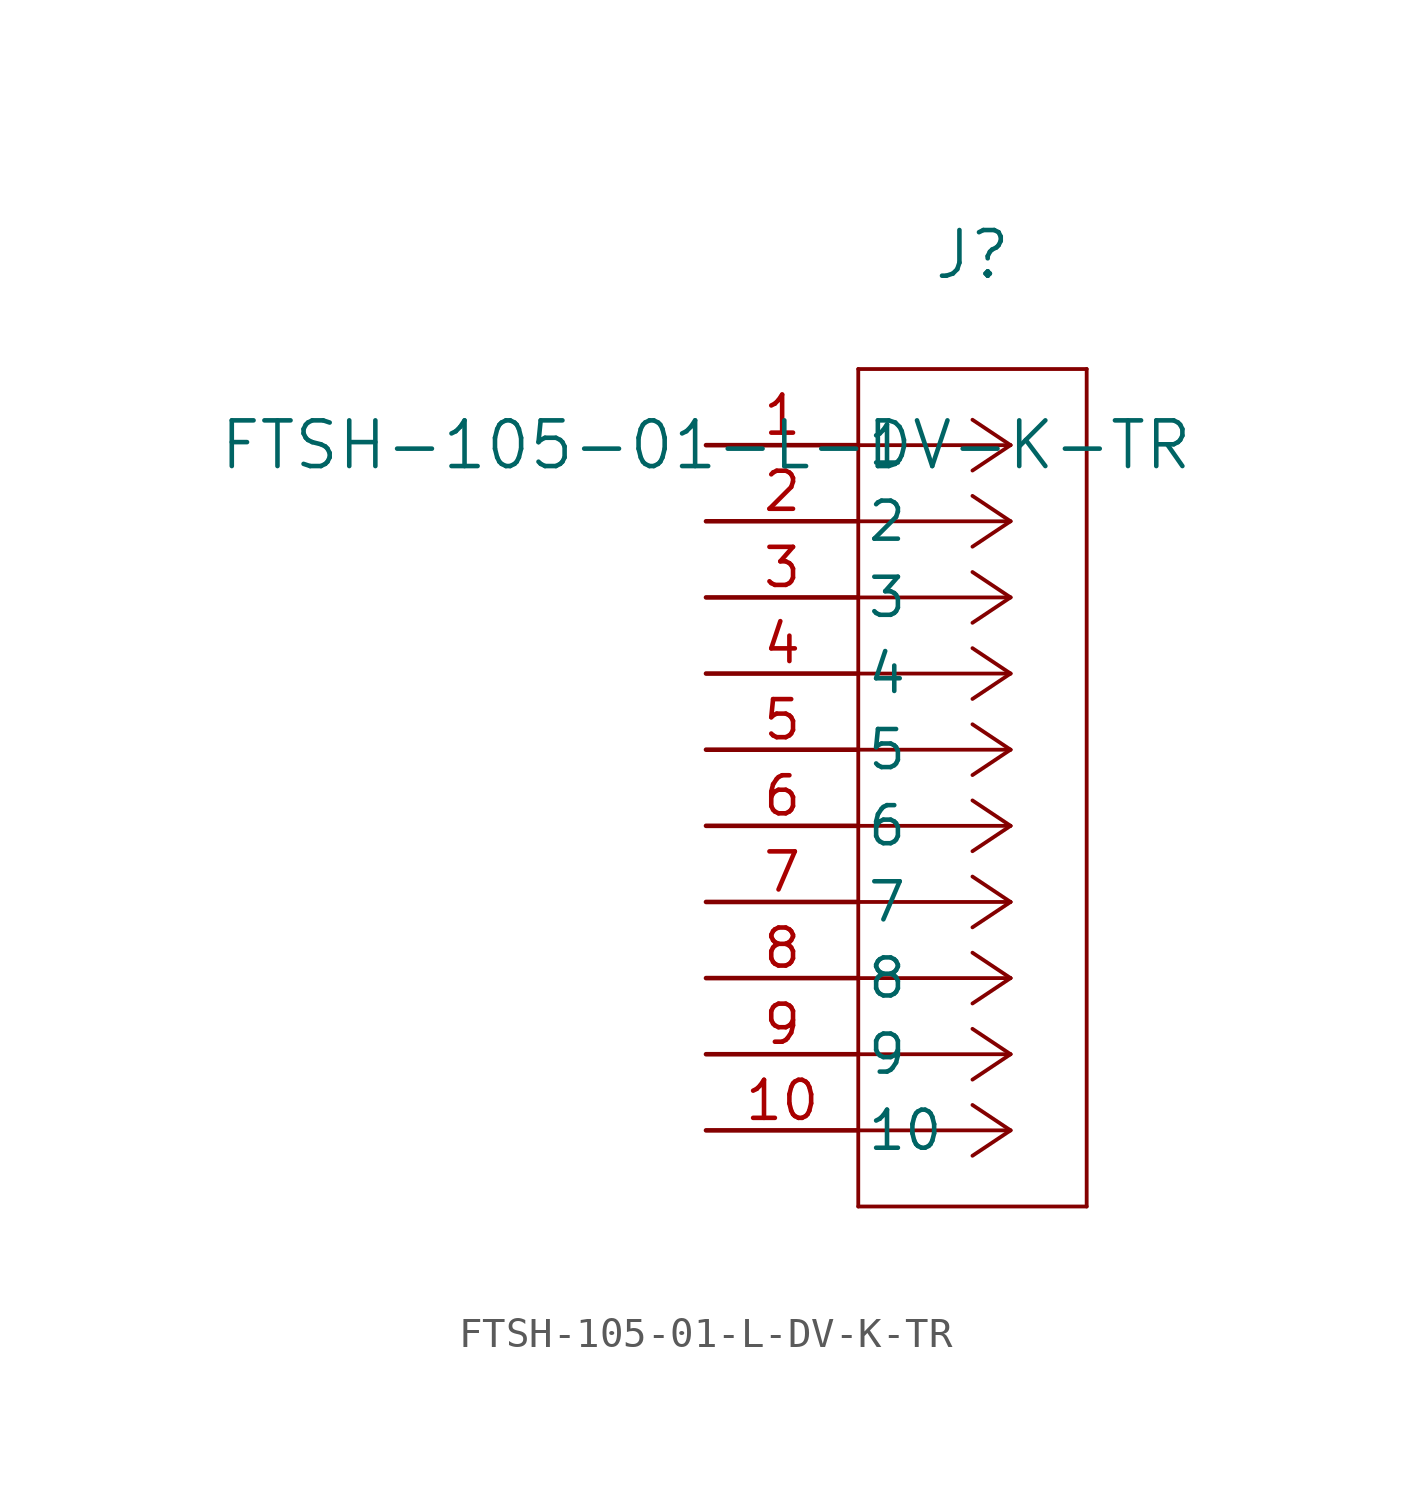
<source format=kicad_sym>
(kicad_symbol_lib
  (version 20211014)
  (generator kicad_symbol_editor)
  (symbol "FTSH-105-01-L-DV-K-TR"
    (pin_names
      (offset 0.254))
    (property "Reference" "J"
      (at 8.89 6.35 0)
      (effects (font (size 1.524 1.524))))
    (property "Value" "FTSH-105-01-L-DV-K-TR"
      (at 0 0 0)
      (effects (font (size 1.524 1.524))))
    (symbol "FTSH-105-01-L-DV-K-TR_0_1"
      (polyline (pts (xy 10.16 0) (xy 5.08 0)) (stroke (width 0.127) (type default) (color 0 0 0 0)) (fill (type none)))
      (polyline (pts (xy 10.16 -2.54) (xy 5.08 -2.54)) (stroke (width 0.127) (type default) (color 0 0 0 0)) (fill (type none)))
      (polyline (pts (xy 10.16 -5.08) (xy 5.08 -5.08)) (stroke (width 0.127) (type default) (color 0 0 0 0)) (fill (type none)))
      (polyline (pts (xy 10.16 -7.62) (xy 5.08 -7.62)) (stroke (width 0.127) (type default) (color 0 0 0 0)) (fill (type none)))
      (polyline (pts (xy 10.16 -10.16) (xy 5.08 -10.16)) (stroke (width 0.127) (type default) (color 0 0 0 0)) (fill (type none)))
      (polyline (pts (xy 10.16 -12.7) (xy 5.08 -12.7)) (stroke (width 0.127) (type default) (color 0 0 0 0)) (fill (type none)))
      (polyline (pts (xy 10.16 -15.24) (xy 5.08 -15.24)) (stroke (width 0.127) (type default) (color 0 0 0 0)) (fill (type none)))
      (polyline (pts (xy 10.16 -17.78) (xy 5.08 -17.78)) (stroke (width 0.127) (type default) (color 0 0 0 0)) (fill (type none)))
      (polyline (pts (xy 10.16 -20.32) (xy 5.08 -20.32)) (stroke (width 0.127) (type default) (color 0 0 0 0)) (fill (type none)))
      (polyline (pts (xy 10.16 -22.86) (xy 5.08 -22.86)) (stroke (width 0.127) (type default) (color 0 0 0 0)) (fill (type none)))
      (polyline (pts (xy 10.16 0) (xy 8.89 0.847)) (stroke (width 0.127) (type default) (color 0 0 0 0)) (fill (type none)))
      (polyline (pts (xy 10.16 -2.54) (xy 8.89 -1.693)) (stroke (width 0.127) (type default) (color 0 0 0 0)) (fill (type none)))
      (polyline (pts (xy 10.16 -5.08) (xy 8.89 -4.233)) (stroke (width 0.127) (type default) (color 0 0 0 0)) (fill (type none)))
      (polyline (pts (xy 10.16 -7.62) (xy 8.89 -6.773)) (stroke (width 0.127) (type default) (color 0 0 0 0)) (fill (type none)))
      (polyline (pts (xy 10.16 -10.16) (xy 8.89 -9.313)) (stroke (width 0.127) (type default) (color 0 0 0 0)) (fill (type none)))
      (polyline (pts (xy 10.16 -12.7) (xy 8.89 -11.853)) (stroke (width 0.127) (type default) (color 0 0 0 0)) (fill (type none)))
      (polyline (pts (xy 10.16 -15.24) (xy 8.89 -14.393)) (stroke (width 0.127) (type default) (color 0 0 0 0)) (fill (type none)))
      (polyline (pts (xy 10.16 -17.78) (xy 8.89 -16.933)) (stroke (width 0.127) (type default) (color 0 0 0 0)) (fill (type none)))
      (polyline (pts (xy 10.16 -20.32) (xy 8.89 -19.473)) (stroke (width 0.127) (type default) (color 0 0 0 0)) (fill (type none)))
      (polyline (pts (xy 10.16 -22.86) (xy 8.89 -22.013)) (stroke (width 0.127) (type default) (color 0 0 0 0)) (fill (type none)))
      (polyline (pts (xy 10.16 0) (xy 8.89 -0.847)) (stroke (width 0.127) (type default) (color 0 0 0 0)) (fill (type none)))
      (polyline (pts (xy 10.16 -2.54) (xy 8.89 -3.387)) (stroke (width 0.127) (type default) (color 0 0 0 0)) (fill (type none)))
      (polyline (pts (xy 10.16 -5.08) (xy 8.89 -5.927)) (stroke (width 0.127) (type default) (color 0 0 0 0)) (fill (type none)))
      (polyline (pts (xy 10.16 -7.62) (xy 8.89 -8.467)) (stroke (width 0.127) (type default) (color 0 0 0 0)) (fill (type none)))
      (polyline (pts (xy 10.16 -10.16) (xy 8.89 -11.007)) (stroke (width 0.127) (type default) (color 0 0 0 0)) (fill (type none)))
      (polyline (pts (xy 10.16 -12.7) (xy 8.89 -13.547)) (stroke (width 0.127) (type default) (color 0 0 0 0)) (fill (type none)))
      (polyline (pts (xy 10.16 -15.24) (xy 8.89 -16.087)) (stroke (width 0.127) (type default) (color 0 0 0 0)) (fill (type none)))
      (polyline (pts (xy 10.16 -17.78) (xy 8.89 -18.627)) (stroke (width 0.127) (type default) (color 0 0 0 0)) (fill (type none)))
      (polyline (pts (xy 10.16 -20.32) (xy 8.89 -21.167)) (stroke (width 0.127) (type default) (color 0 0 0 0)) (fill (type none)))
      (polyline (pts (xy 10.16 -22.86) (xy 8.89 -23.707)) (stroke (width 0.127) (type default) (color 0 0 0 0)) (fill (type none)))
      (polyline (pts (xy 5.08 2.54) (xy 5.08 -25.4)) (stroke (width 0.127) (type default) (color 0 0 0 0)) (fill (type none)))
      (polyline (pts (xy 5.08 -25.4) (xy 12.7 -25.4)) (stroke (width 0.127) (type default) (color 0 0 0 0)) (fill (type none)))
      (polyline (pts (xy 12.7 -25.4) (xy 12.7 2.54)) (stroke (width 0.127) (type default) (color 0 0 0 0)) (fill (type none)))
      (polyline (pts (xy 12.7 2.54) (xy 5.08 2.54)) (stroke (width 0.127) (type default) (color 0 0 0 0)) (fill (type none)))
      (pin unspecified line (at 0 0 0) (length 5.08) (name "1" (effects (font (size 1.27 1.27)))) (number "1" (effects (font (size 1.27 1.27)))))
      (pin unspecified line (at 0 -2.54 0) (length 5.08) (name "2" (effects (font (size 1.27 1.27)))) (number "2" (effects (font (size 1.27 1.27)))))
      (pin unspecified line (at 0 -5.08 0) (length 5.08) (name "3" (effects (font (size 1.27 1.27)))) (number "3" (effects (font (size 1.27 1.27)))))
      (pin unspecified line (at 0 -7.62 0) (length 5.08) (name "4" (effects (font (size 1.27 1.27)))) (number "4" (effects (font (size 1.27 1.27)))))
      (pin unspecified line (at 0 -10.16 0) (length 5.08) (name "5" (effects (font (size 1.27 1.27)))) (number "5" (effects (font (size 1.27 1.27)))))
      (pin unspecified line (at 0 -12.7 0) (length 5.08) (name "6" (effects (font (size 1.27 1.27)))) (number "6" (effects (font (size 1.27 1.27)))))
      (pin unspecified line (at 0 -15.24 0) (length 5.08) (name "7" (effects (font (size 1.27 1.27)))) (number "7" (effects (font (size 1.27 1.27)))))
      (pin unspecified line (at 0 -17.78 0) (length 5.08) (name "8" (effects (font (size 1.27 1.27)))) (number "8" (effects (font (size 1.27 1.27)))))
      (pin unspecified line (at 0 -20.32 0) (length 5.08) (name "9" (effects (font (size 1.27 1.27)))) (number "9" (effects (font (size 1.27 1.27)))))
      (pin unspecified line (at 0 -22.86 0) (length 5.08) (name "10" (effects (font (size 1.27 1.27)))) (number "10" (effects (font (size 1.27 1.27))))))))
</source>
